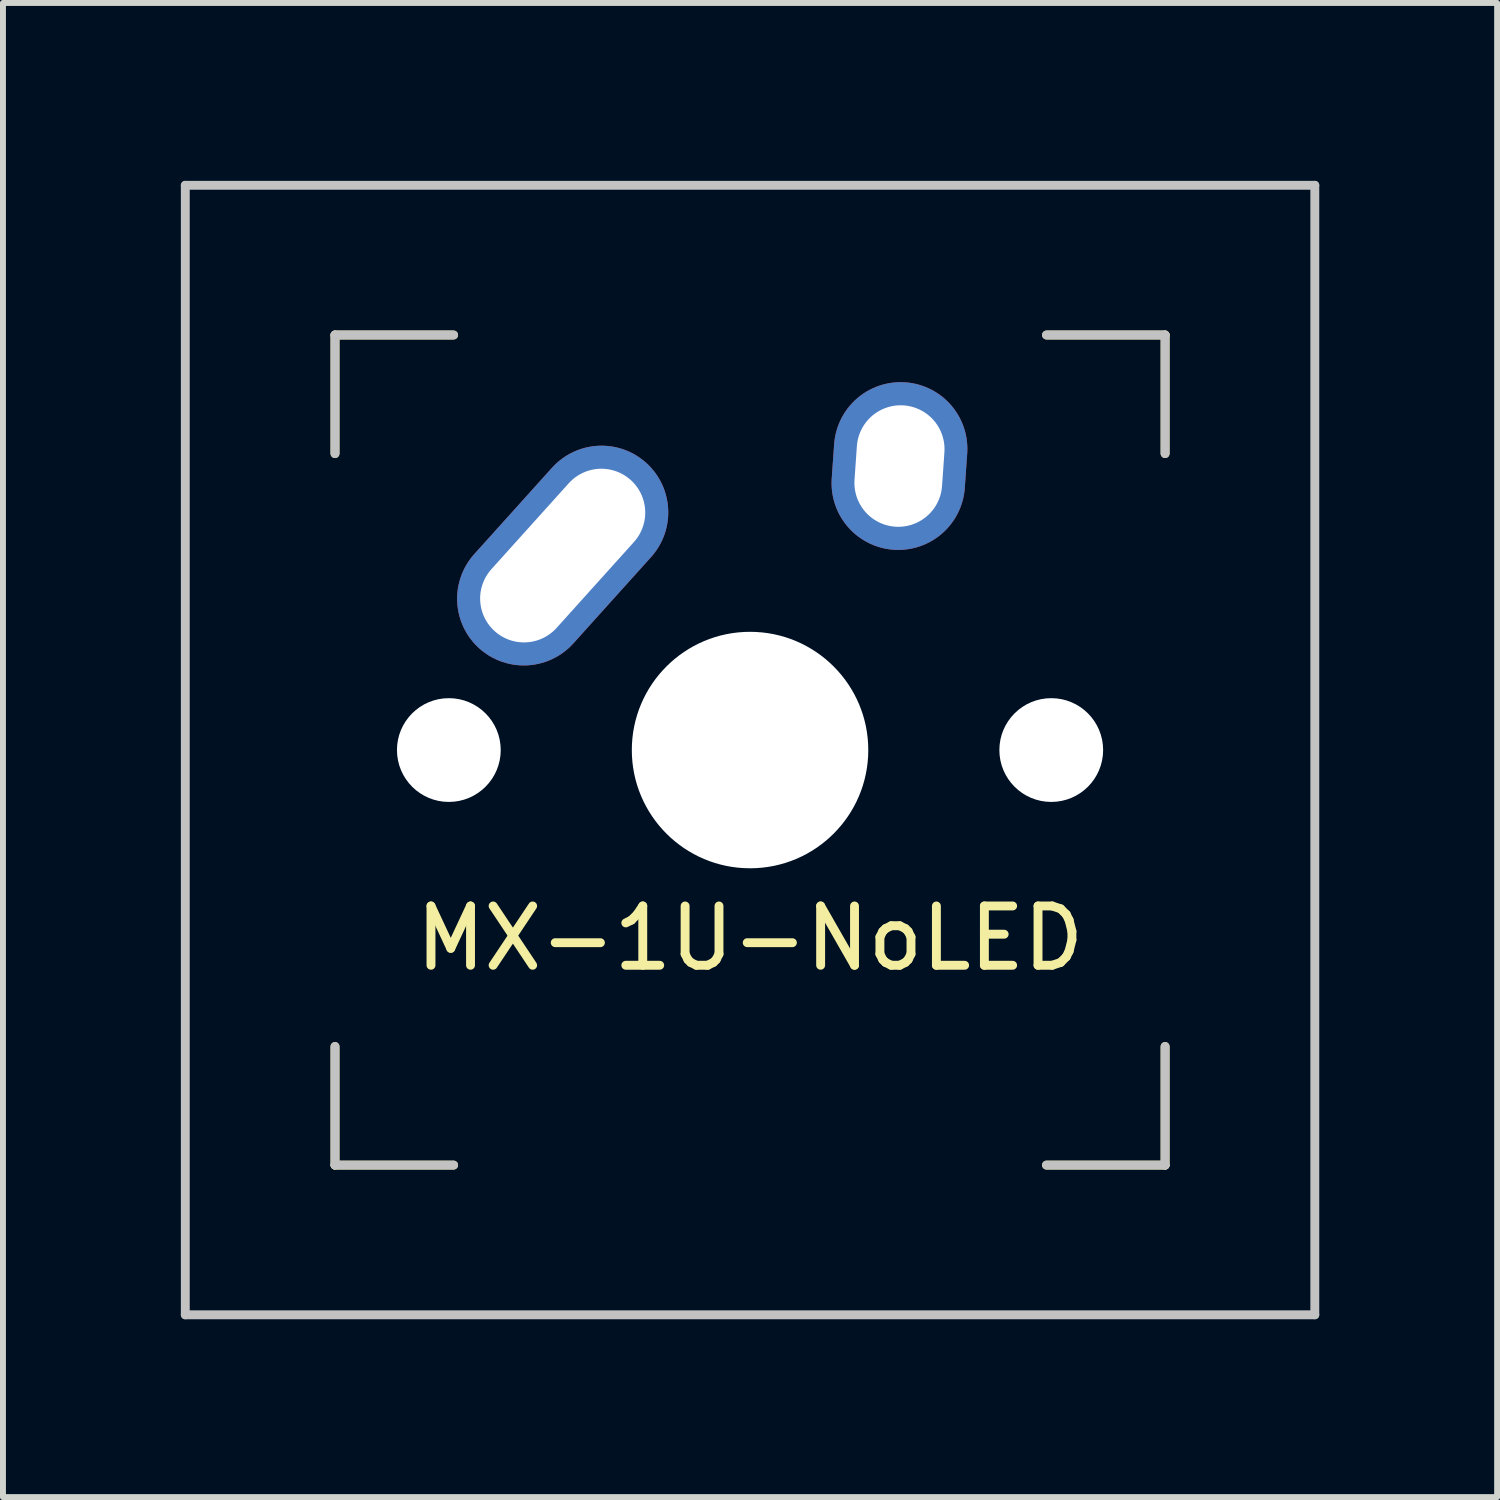
<source format=kicad_pcb>
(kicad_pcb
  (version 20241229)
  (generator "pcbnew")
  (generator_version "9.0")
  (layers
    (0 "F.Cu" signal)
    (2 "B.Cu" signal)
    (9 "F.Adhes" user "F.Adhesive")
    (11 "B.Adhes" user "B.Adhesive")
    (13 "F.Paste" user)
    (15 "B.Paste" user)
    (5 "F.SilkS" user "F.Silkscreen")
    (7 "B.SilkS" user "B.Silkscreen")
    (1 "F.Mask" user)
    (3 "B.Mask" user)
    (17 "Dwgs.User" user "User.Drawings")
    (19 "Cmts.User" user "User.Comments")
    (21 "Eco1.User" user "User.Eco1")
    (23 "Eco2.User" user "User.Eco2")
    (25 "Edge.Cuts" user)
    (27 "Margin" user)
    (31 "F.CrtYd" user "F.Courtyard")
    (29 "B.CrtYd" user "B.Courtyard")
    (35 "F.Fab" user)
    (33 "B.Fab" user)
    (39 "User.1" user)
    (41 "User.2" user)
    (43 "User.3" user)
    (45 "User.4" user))
  (footprint "MX-1U-NoLED"
    (layer "F.Cu")
    (at 9.6 9.6)
    (property "Reference" "MX-1U-NoLED" (at 0 3.175 0) (layer "F.SilkS") (effects (font (size 1 1) (thickness 0.15))))
    (attr through_hole)
    (fp_line (start -7 -7) (end -7 -5) (stroke (width 0.15) (type solid)) (layer "F.SilkS"))
    (fp_line (start -7 5) (end -7 7) (stroke (width 0.15) (type solid)) (layer "F.SilkS"))
    (fp_line (start -7 7) (end -5 7) (stroke (width 0.15) (type solid)) (layer "F.SilkS"))
    (fp_line (start -5 -7) (end -7 -7) (stroke (width 0.15) (type solid)) (layer "F.SilkS"))
    (fp_line (start 5 -7) (end 7 -7) (stroke (width 0.15) (type solid)) (layer "F.SilkS"))
    (fp_line (start 5 7) (end 7 7) (stroke (width 0.15) (type solid)) (layer "F.SilkS"))
    (fp_line (start 7 -7) (end 7 -5) (stroke (width 0.15) (type solid)) (layer "F.SilkS"))
    (fp_line (start 7 7) (end 7 5) (stroke (width 0.15) (type solid)) (layer "F.SilkS"))
    (fp_line (start -9.525 -9.525) (end 9.525 -9.525) (stroke (width 0.15) (type solid)) (layer "Dwgs.User"))
    (fp_line (start -9.525 9.525) (end -9.525 -9.525) (stroke (width 0.15) (type solid)) (layer "Dwgs.User"))
    (fp_line (start -7 -7) (end -7 -5) (stroke (width 0.15) (type solid)) (layer "Dwgs.User"))
    (fp_line (start -7 5) (end -7 7) (stroke (width 0.15) (type solid)) (layer "Dwgs.User"))
    (fp_line (start -7 7) (end -5 7) (stroke (width 0.15) (type solid)) (layer "Dwgs.User"))
    (fp_line (start -5 -7) (end -7 -7) (stroke (width 0.15) (type solid)) (layer "Dwgs.User"))
    (fp_line (start 5 -7) (end 7 -7) (stroke (width 0.15) (type solid)) (layer "Dwgs.User"))
    (fp_line (start 5 7) (end 7 7) (stroke (width 0.15) (type solid)) (layer "Dwgs.User"))
    (fp_line (start 7 -7) (end 7 -5) (stroke (width 0.15) (type solid)) (layer "Dwgs.User"))
    (fp_line (start 7 7) (end 7 5) (stroke (width 0.15) (type solid)) (layer "Dwgs.User"))
    (fp_line (start 9.525 -9.525) (end 9.525 9.525) (stroke (width 0.15) (type solid)) (layer "Dwgs.User"))
    (fp_line (start 9.525 9.525) (end -9.525 9.525) (stroke (width 0.15) (type solid)) (layer "Dwgs.User"))
    (pad "" np_thru_hole circle (at -5.08 0 48.1) (size 1.75 1.75) (drill 1.75) (layers "*.Cu" "*.Mask"))
    (pad "" np_thru_hole circle (at 0 0) (size 3.988 3.988) (drill 3.988) (layers "*.Cu" "*.Mask"))
    (pad "" np_thru_hole circle (at 5.08 0 48.1) (size 1.75 1.75) (drill 1.75) (layers "*.Cu" "*.Mask"))
    (pad "1" thru_hole oval (at -3.16 -3.28 48) (size 4.21 2.25) (drill oval 3.43 1.48) (layers "*.Cu" "*.Mask"))
    (pad "2" thru_hole oval (at 2.52 -4.79 86) (size 2.831 2.25) (drill oval 2.051 1.48) (layers "*.Cu" "*.Mask")))
  (gr_rect
    (start -3 -3)
    (end 22.2 22.2)
    (stroke (width 0.1) (type default))
    (fill no)
    (layer "Edge.Cuts")))
</source>
